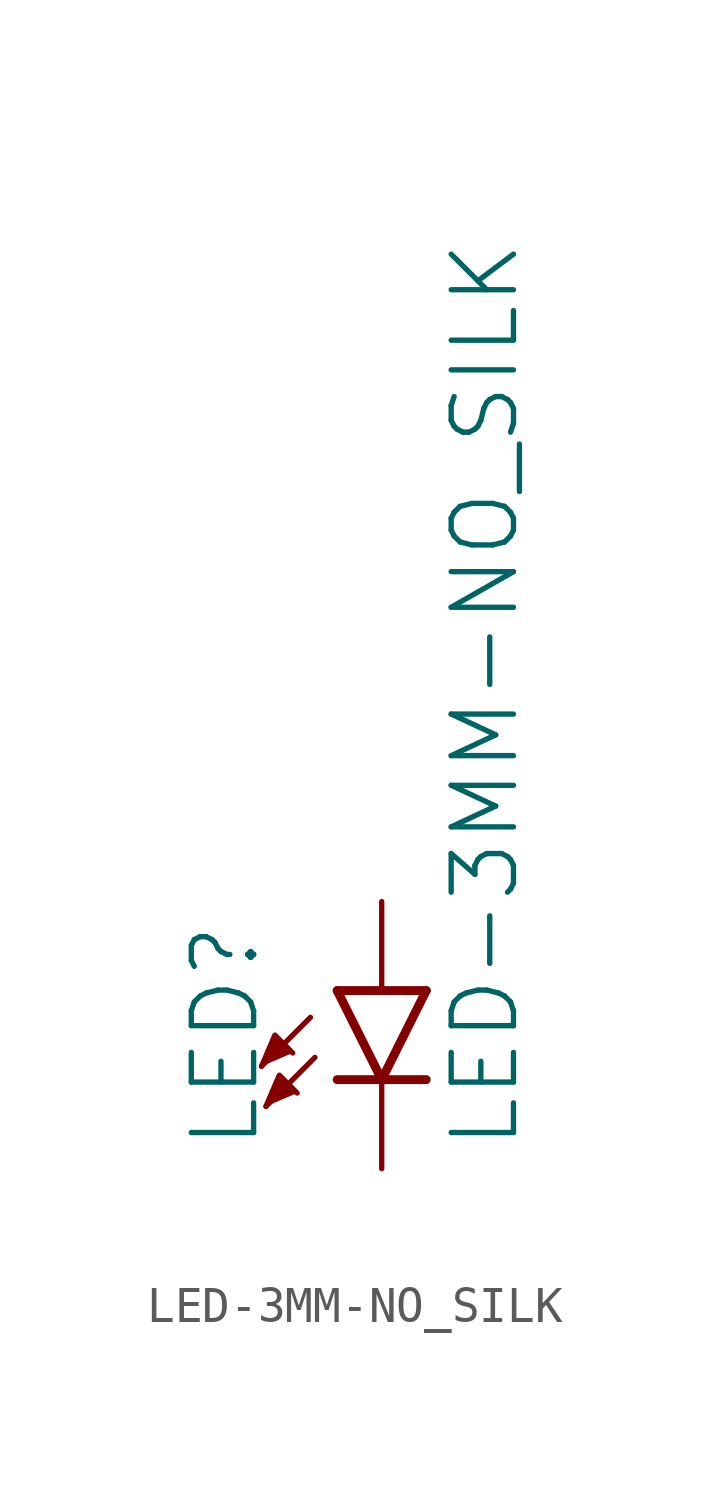
<source format=kicad_sym>
(kicad_symbol_lib
  (version 20211014)
  (generator kicad_symbol_editor)
  (symbol "LED-3MM-NO_SILK"
    (property "Reference" "LED"
      (at -3.429 -4.572 90)
      (effects (font (size 1.778 1.778)) (justify left bottom)))
    (property "Value" "LED-3MM-NO_SILK"
      (at 1.905 -4.572 90)
      (effects (font (size 1.778 1.778)) (justify left top)))
    (property "ki_locked" ""
      (at 0 0 0)
      (effects (font (size 1.27 1.27))))
    (symbol "LED-3MM-NO_SILK_1_0"
      (polyline (pts (xy -2.032 -0.762) (xy -3.429 -2.159)) (stroke (width 0.152) (type default) (color 0 0 0 0)) (fill (type none)))
      (polyline (pts (xy -1.905 -1.905) (xy -3.302 -3.302)) (stroke (width 0.152) (type default) (color 0 0 0 0)) (fill (type none)))
      (polyline (pts (xy 0 -2.54) (xy -1.27 -2.54)) (stroke (width 0.254) (type default) (color 0 0 0 0)) (fill (type none)))
      (polyline (pts (xy 0 -2.54) (xy -1.27 0)) (stroke (width 0.254) (type default) (color 0 0 0 0)) (fill (type none)))
      (polyline (pts (xy 1.27 -2.54) (xy 0 -2.54)) (stroke (width 0.254) (type default) (color 0 0 0 0)) (fill (type none)))
      (polyline (pts (xy 1.27 0) (xy -1.27 0)) (stroke (width 0.254) (type default) (color 0 0 0 0)) (fill (type none)))
      (polyline (pts (xy 1.27 0) (xy 0 -2.54)) (stroke (width 0.254) (type default) (color 0 0 0 0)) (fill (type none)))
      (polyline (pts (xy -3.429 -2.159) (xy -3.048 -1.27) (xy -2.54 -1.778)) (stroke (width 0) (type default) (color 0 0 0 0)) (fill (type outline)))
      (polyline (pts (xy -3.302 -3.302) (xy -2.921 -2.413) (xy -2.413 -2.921)) (stroke (width 0) (type default) (color 0 0 0 0)) (fill (type outline)))
      (pin passive line (at 0 2.54 270) (length 2.54) (name "A" (effects (font (size 0 0)))) (number "A" (effects (font (size 0 0)))))
      (pin passive line (at 0 -5.08 90) (length 2.54) (name "C" (effects (font (size 0 0)))) (number "K" (effects (font (size 0 0))))))))
</source>
